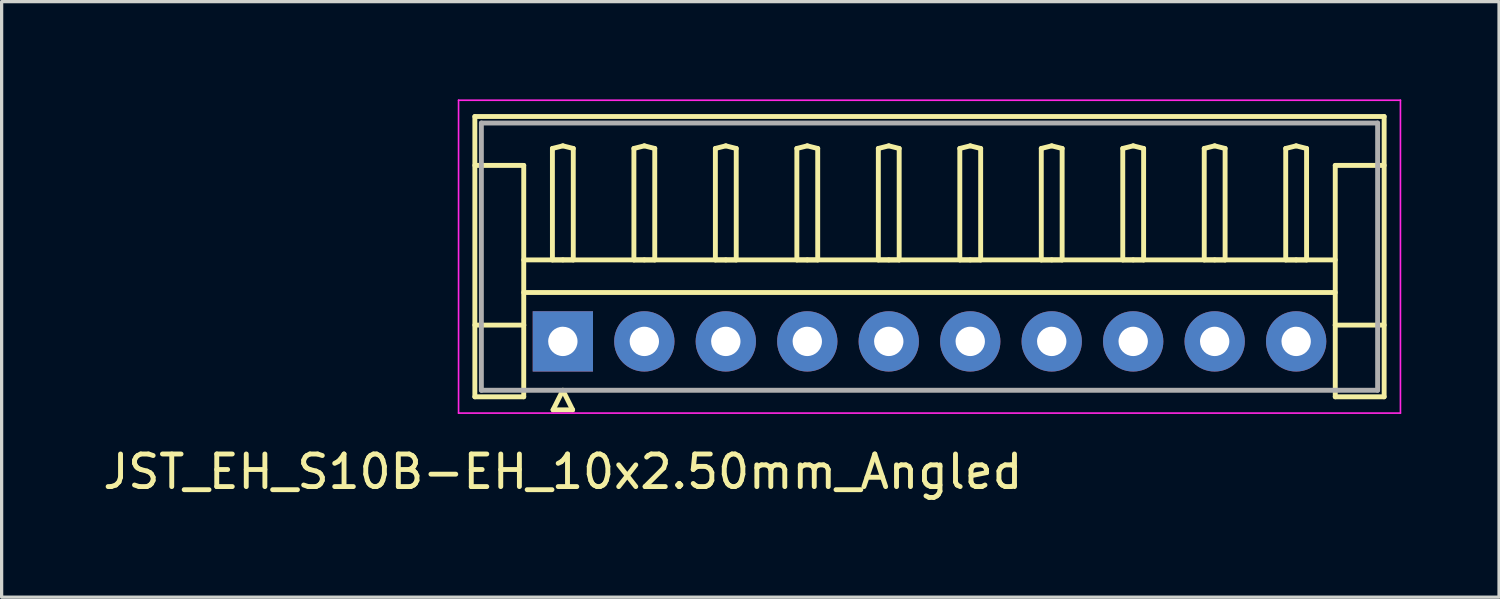
<source format=kicad_pcb>
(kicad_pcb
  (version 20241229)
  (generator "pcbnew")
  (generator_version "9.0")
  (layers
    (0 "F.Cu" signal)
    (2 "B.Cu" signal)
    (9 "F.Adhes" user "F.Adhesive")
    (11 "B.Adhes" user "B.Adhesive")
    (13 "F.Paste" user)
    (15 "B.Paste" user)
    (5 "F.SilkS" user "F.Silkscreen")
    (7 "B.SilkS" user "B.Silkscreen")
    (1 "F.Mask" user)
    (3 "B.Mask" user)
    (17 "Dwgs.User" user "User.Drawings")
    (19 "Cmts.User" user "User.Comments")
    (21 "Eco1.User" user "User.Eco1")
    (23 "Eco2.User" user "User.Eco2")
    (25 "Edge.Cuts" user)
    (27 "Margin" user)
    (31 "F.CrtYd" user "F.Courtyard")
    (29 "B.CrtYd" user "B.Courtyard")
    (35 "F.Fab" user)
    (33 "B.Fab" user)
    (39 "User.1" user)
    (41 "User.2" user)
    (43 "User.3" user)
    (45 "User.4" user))
  (footprint "JST_EH_S10B-EH_10x2.50mm_Angled"
    (layer "F.Cu")
    (at 14.22 7.425)
    (property "Reference" "JST_EH_S10B-EH_10x2.50mm_Angled" (at 0 4 0) (layer "F.SilkS") (effects (font (size 1 1) (thickness 0.15))))
    (attr through_hole)
    (fp_line (start -2.7 -6.9) (end 25.2 -6.9) (stroke (width 0.15) (type solid)) (layer "F.SilkS"))
    (fp_line (start -2.7 -5.4) (end -1.2 -5.4) (stroke (width 0.15) (type solid)) (layer "F.SilkS"))
    (fp_line (start -2.7 1.7) (end -2.7 -6.9) (stroke (width 0.15) (type solid)) (layer "F.SilkS"))
    (fp_line (start -1.2 -5.4) (end -1.2 -0.5) (stroke (width 0.15) (type solid)) (layer "F.SilkS"))
    (fp_line (start -1.2 -2.5) (end 23.7 -2.5) (stroke (width 0.15) (type solid)) (layer "F.SilkS"))
    (fp_line (start -1.2 -1.5) (end 23.7 -1.5) (stroke (width 0.15) (type solid)) (layer "F.SilkS"))
    (fp_line (start -1.2 -0.5) (end -2.7 -0.5) (stroke (width 0.15) (type solid)) (layer "F.SilkS"))
    (fp_line (start -1.2 -0.5) (end -1.2 1.7) (stroke (width 0.15) (type solid)) (layer "F.SilkS"))
    (fp_line (start -1.2 1.7) (end -2.7 1.7) (stroke (width 0.15) (type solid)) (layer "F.SilkS"))
    (fp_line (start -0.32 -5.92) (end 0 -6) (stroke (width 0.15) (type solid)) (layer "F.SilkS"))
    (fp_line (start -0.32 -2.5) (end -0.32 -5.92) (stroke (width 0.15) (type solid)) (layer "F.SilkS"))
    (fp_line (start -0.3 2.1) (end 0.3 2.1) (stroke (width 0.15) (type solid)) (layer "F.SilkS"))
    (fp_line (start 0 -6) (end 0.32 -5.92) (stroke (width 0.15) (type solid)) (layer "F.SilkS"))
    (fp_line (start 0 -2.5) (end -0.32 -2.5) (stroke (width 0.15) (type solid)) (layer "F.SilkS"))
    (fp_line (start 0 1.5) (end -0.3 2.1) (stroke (width 0.15) (type solid)) (layer "F.SilkS"))
    (fp_line (start 0.3 2.1) (end 0 1.5) (stroke (width 0.15) (type solid)) (layer "F.SilkS"))
    (fp_line (start 0.32 -5.92) (end 0.32 -2.5) (stroke (width 0.15) (type solid)) (layer "F.SilkS"))
    (fp_line (start 0.32 -2.5) (end 0 -2.5) (stroke (width 0.15) (type solid)) (layer "F.SilkS"))
    (fp_line (start 2.18 -5.92) (end 2.5 -6) (stroke (width 0.15) (type solid)) (layer "F.SilkS"))
    (fp_line (start 2.18 -2.5) (end 2.18 -5.92) (stroke (width 0.15) (type solid)) (layer "F.SilkS"))
    (fp_line (start 2.5 -6) (end 2.82 -5.92) (stroke (width 0.15) (type solid)) (layer "F.SilkS"))
    (fp_line (start 2.5 -2.5) (end 2.18 -2.5) (stroke (width 0.15) (type solid)) (layer "F.SilkS"))
    (fp_line (start 2.82 -5.92) (end 2.82 -2.5) (stroke (width 0.15) (type solid)) (layer "F.SilkS"))
    (fp_line (start 2.82 -2.5) (end 2.5 -2.5) (stroke (width 0.15) (type solid)) (layer "F.SilkS"))
    (fp_line (start 4.68 -5.92) (end 5 -6) (stroke (width 0.15) (type solid)) (layer "F.SilkS"))
    (fp_line (start 4.68 -2.5) (end 4.68 -5.92) (stroke (width 0.15) (type solid)) (layer "F.SilkS"))
    (fp_line (start 5 -6) (end 5.32 -5.92) (stroke (width 0.15) (type solid)) (layer "F.SilkS"))
    (fp_line (start 5 -2.5) (end 4.68 -2.5) (stroke (width 0.15) (type solid)) (layer "F.SilkS"))
    (fp_line (start 5.32 -5.92) (end 5.32 -2.5) (stroke (width 0.15) (type solid)) (layer "F.SilkS"))
    (fp_line (start 5.32 -2.5) (end 5 -2.5) (stroke (width 0.15) (type solid)) (layer "F.SilkS"))
    (fp_line (start 7.18 -5.92) (end 7.5 -6) (stroke (width 0.15) (type solid)) (layer "F.SilkS"))
    (fp_line (start 7.18 -2.5) (end 7.18 -5.92) (stroke (width 0.15) (type solid)) (layer "F.SilkS"))
    (fp_line (start 7.5 -6) (end 7.82 -5.92) (stroke (width 0.15) (type solid)) (layer "F.SilkS"))
    (fp_line (start 7.5 -2.5) (end 7.18 -2.5) (stroke (width 0.15) (type solid)) (layer "F.SilkS"))
    (fp_line (start 7.82 -5.92) (end 7.82 -2.5) (stroke (width 0.15) (type solid)) (layer "F.SilkS"))
    (fp_line (start 7.82 -2.5) (end 7.5 -2.5) (stroke (width 0.15) (type solid)) (layer "F.SilkS"))
    (fp_line (start 9.68 -5.92) (end 10 -6) (stroke (width 0.15) (type solid)) (layer "F.SilkS"))
    (fp_line (start 9.68 -2.5) (end 9.68 -5.92) (stroke (width 0.15) (type solid)) (layer "F.SilkS"))
    (fp_line (start 10 -6) (end 10.32 -5.92) (stroke (width 0.15) (type solid)) (layer "F.SilkS"))
    (fp_line (start 10 -2.5) (end 9.68 -2.5) (stroke (width 0.15) (type solid)) (layer "F.SilkS"))
    (fp_line (start 10.32 -5.92) (end 10.32 -2.5) (stroke (width 0.15) (type solid)) (layer "F.SilkS"))
    (fp_line (start 10.32 -2.5) (end 10 -2.5) (stroke (width 0.15) (type solid)) (layer "F.SilkS"))
    (fp_line (start 12.18 -5.92) (end 12.5 -6) (stroke (width 0.15) (type solid)) (layer "F.SilkS"))
    (fp_line (start 12.18 -2.5) (end 12.18 -5.92) (stroke (width 0.15) (type solid)) (layer "F.SilkS"))
    (fp_line (start 12.5 -6) (end 12.82 -5.92) (stroke (width 0.15) (type solid)) (layer "F.SilkS"))
    (fp_line (start 12.5 -2.5) (end 12.18 -2.5) (stroke (width 0.15) (type solid)) (layer "F.SilkS"))
    (fp_line (start 12.82 -5.92) (end 12.82 -2.5) (stroke (width 0.15) (type solid)) (layer "F.SilkS"))
    (fp_line (start 12.82 -2.5) (end 12.5 -2.5) (stroke (width 0.15) (type solid)) (layer "F.SilkS"))
    (fp_line (start 14.68 -5.92) (end 15 -6) (stroke (width 0.15) (type solid)) (layer "F.SilkS"))
    (fp_line (start 14.68 -2.5) (end 14.68 -5.92) (stroke (width 0.15) (type solid)) (layer "F.SilkS"))
    (fp_line (start 15 -6) (end 15.32 -5.92) (stroke (width 0.15) (type solid)) (layer "F.SilkS"))
    (fp_line (start 15 -2.5) (end 14.68 -2.5) (stroke (width 0.15) (type solid)) (layer "F.SilkS"))
    (fp_line (start 15.32 -5.92) (end 15.32 -2.5) (stroke (width 0.15) (type solid)) (layer "F.SilkS"))
    (fp_line (start 15.32 -2.5) (end 15 -2.5) (stroke (width 0.15) (type solid)) (layer "F.SilkS"))
    (fp_line (start 17.18 -5.92) (end 17.5 -6) (stroke (width 0.15) (type solid)) (layer "F.SilkS"))
    (fp_line (start 17.18 -2.5) (end 17.18 -5.92) (stroke (width 0.15) (type solid)) (layer "F.SilkS"))
    (fp_line (start 17.5 -6) (end 17.82 -5.92) (stroke (width 0.15) (type solid)) (layer "F.SilkS"))
    (fp_line (start 17.5 -2.5) (end 17.18 -2.5) (stroke (width 0.15) (type solid)) (layer "F.SilkS"))
    (fp_line (start 17.82 -5.92) (end 17.82 -2.5) (stroke (width 0.15) (type solid)) (layer "F.SilkS"))
    (fp_line (start 17.82 -2.5) (end 17.5 -2.5) (stroke (width 0.15) (type solid)) (layer "F.SilkS"))
    (fp_line (start 19.68 -5.92) (end 20 -6) (stroke (width 0.15) (type solid)) (layer "F.SilkS"))
    (fp_line (start 19.68 -2.5) (end 19.68 -5.92) (stroke (width 0.15) (type solid)) (layer "F.SilkS"))
    (fp_line (start 20 -6) (end 20.32 -5.92) (stroke (width 0.15) (type solid)) (layer "F.SilkS"))
    (fp_line (start 20 -2.5) (end 19.68 -2.5) (stroke (width 0.15) (type solid)) (layer "F.SilkS"))
    (fp_line (start 20.32 -5.92) (end 20.32 -2.5) (stroke (width 0.15) (type solid)) (layer "F.SilkS"))
    (fp_line (start 20.32 -2.5) (end 20 -2.5) (stroke (width 0.15) (type solid)) (layer "F.SilkS"))
    (fp_line (start 22.18 -5.92) (end 22.5 -6) (stroke (width 0.15) (type solid)) (layer "F.SilkS"))
    (fp_line (start 22.18 -2.5) (end 22.18 -5.92) (stroke (width 0.15) (type solid)) (layer "F.SilkS"))
    (fp_line (start 22.5 -6) (end 22.82 -5.92) (stroke (width 0.15) (type solid)) (layer "F.SilkS"))
    (fp_line (start 22.5 -2.5) (end 22.18 -2.5) (stroke (width 0.15) (type solid)) (layer "F.SilkS"))
    (fp_line (start 22.82 -5.92) (end 22.82 -2.5) (stroke (width 0.15) (type solid)) (layer "F.SilkS"))
    (fp_line (start 22.82 -2.5) (end 22.5 -2.5) (stroke (width 0.15) (type solid)) (layer "F.SilkS"))
    (fp_line (start 23.7 -5.4) (end 23.7 -0.5) (stroke (width 0.15) (type solid)) (layer "F.SilkS"))
    (fp_line (start 23.7 -0.5) (end 25.2 -0.5) (stroke (width 0.15) (type solid)) (layer "F.SilkS"))
    (fp_line (start 23.7 1.7) (end 23.7 -0.5) (stroke (width 0.15) (type solid)) (layer "F.SilkS"))
    (fp_line (start 25.2 -6.9) (end 25.2 1.7) (stroke (width 0.15) (type solid)) (layer "F.SilkS"))
    (fp_line (start 25.2 -5.4) (end 23.7 -5.4) (stroke (width 0.15) (type solid)) (layer "F.SilkS"))
    (fp_line (start 25.2 1.7) (end 23.7 1.7) (stroke (width 0.15) (type solid)) (layer "F.SilkS"))
    (fp_line (start -3.2 -7.4) (end -3.2 2.2) (stroke (width 0.05) (type solid)) (layer "F.CrtYd"))
    (fp_line (start -3.2 2.2) (end 25.7 2.2) (stroke (width 0.05) (type solid)) (layer "F.CrtYd"))
    (fp_line (start 25.7 -7.4) (end -3.2 -7.4) (stroke (width 0.05) (type solid)) (layer "F.CrtYd"))
    (fp_line (start 25.7 2.2) (end 25.7 -7.4) (stroke (width 0.05) (type solid)) (layer "F.CrtYd"))
    (fp_line (start -2.5 -6.7) (end -2.5 1.5) (stroke (width 0.15) (type solid)) (layer "F.Fab"))
    (fp_line (start -2.5 1.5) (end 25 1.5) (stroke (width 0.15) (type solid)) (layer "F.Fab"))
    (fp_line (start 25 -6.7) (end -2.5 -6.7) (stroke (width 0.15) (type solid)) (layer "F.Fab"))
    (fp_line (start 25 1.5) (end 25 -6.7) (stroke (width 0.15) (type solid)) (layer "F.Fab"))
    (pad "1" thru_hole rect (at 0 0) (size 1.85 1.85) (drill 0.9) (layers "*.Cu" "*.Mask"))
    (pad "2" thru_hole circle (at 2.5 0) (size 1.85 1.85) (drill 0.9) (layers "*.Cu" "*.Mask"))
    (pad "3" thru_hole circle (at 5 0) (size 1.85 1.85) (drill 0.9) (layers "*.Cu" "*.Mask"))
    (pad "4" thru_hole circle (at 7.5 0) (size 1.85 1.85) (drill 0.9) (layers "*.Cu" "*.Mask"))
    (pad "5" thru_hole circle (at 10 0) (size 1.85 1.85) (drill 0.9) (layers "*.Cu" "*.Mask"))
    (pad "6" thru_hole circle (at 12.5 0) (size 1.85 1.85) (drill 0.9) (layers "*.Cu" "*.Mask"))
    (pad "7" thru_hole circle (at 15 0) (size 1.85 1.85) (drill 0.9) (layers "*.Cu" "*.Mask"))
    (pad "8" thru_hole circle (at 17.5 0) (size 1.85 1.85) (drill 0.9) (layers "*.Cu" "*.Mask"))
    (pad "9" thru_hole circle (at 20 0) (size 1.85 1.85) (drill 0.9) (layers "*.Cu" "*.Mask"))
    (pad "10" thru_hole circle (at 22.5 0) (size 1.85 1.85) (drill 0.9) (layers "*.Cu" "*.Mask")))
  (gr_rect
    (start -3 -3)
    (end 42.945 15.273)
    (stroke (width 0.1) (type default))
    (fill no)
    (layer "Edge.Cuts")))
</source>
